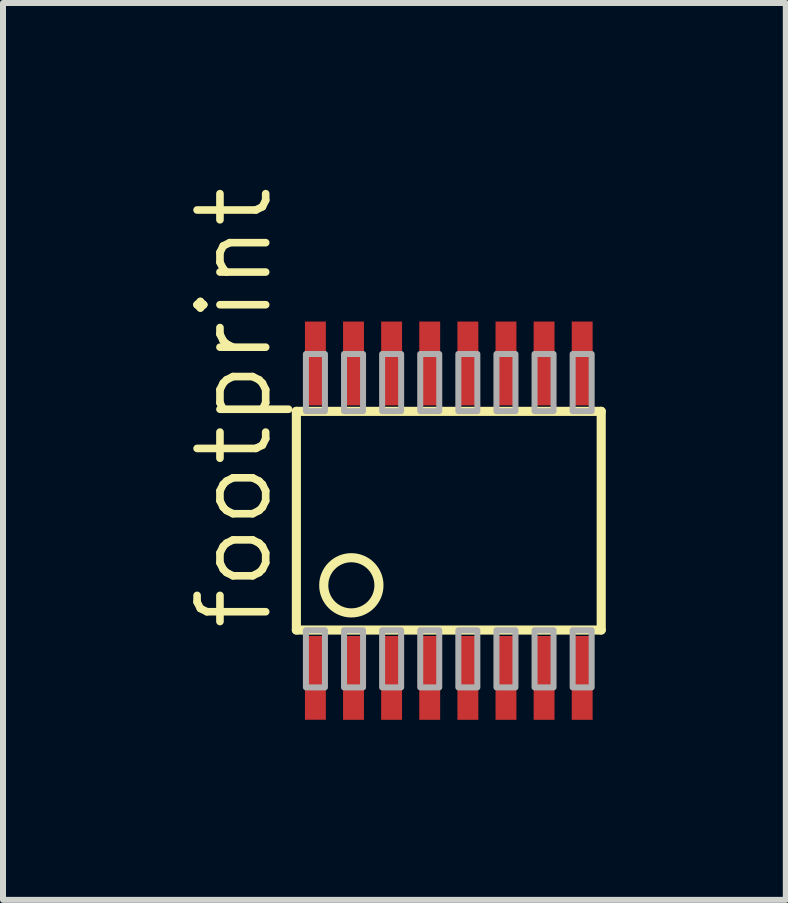
<source format=kicad_pcb>
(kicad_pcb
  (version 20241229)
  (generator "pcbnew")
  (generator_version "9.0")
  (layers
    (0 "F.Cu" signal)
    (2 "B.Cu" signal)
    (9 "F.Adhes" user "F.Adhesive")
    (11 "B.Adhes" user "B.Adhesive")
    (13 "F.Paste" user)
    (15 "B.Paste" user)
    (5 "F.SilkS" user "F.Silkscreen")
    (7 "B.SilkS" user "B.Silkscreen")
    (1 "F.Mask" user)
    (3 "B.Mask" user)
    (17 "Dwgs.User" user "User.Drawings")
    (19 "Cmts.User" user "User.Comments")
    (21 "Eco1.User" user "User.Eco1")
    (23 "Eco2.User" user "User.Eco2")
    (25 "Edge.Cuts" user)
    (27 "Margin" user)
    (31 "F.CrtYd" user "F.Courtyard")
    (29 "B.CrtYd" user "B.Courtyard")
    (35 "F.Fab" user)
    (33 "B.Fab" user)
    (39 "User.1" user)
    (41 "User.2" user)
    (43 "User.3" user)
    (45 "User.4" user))
  (footprint "footprint"
    (layer "F.Cu")
    (at 4.429 5.627)
    (property "Reference" "footprint" (at -2.905 1.873 90) (layer "F.SilkS") (effects (font (size 1.143 1.143) (thickness 0.127)) (justify left bottom)))
    (fp_line (start -2.54 -1.822) (end 2.54 -1.822) (stroke (width 0.152) (type solid)) (layer "F.SilkS"))
    (fp_line (start -2.54 1.822) (end -2.54 -1.822) (stroke (width 0.152) (type solid)) (layer "F.SilkS"))
    (fp_line (start 2.54 -1.822) (end 2.54 1.822) (stroke (width 0.152) (type solid)) (layer "F.SilkS"))
    (fp_line (start 2.54 1.822) (end -2.54 1.822) (stroke (width 0.152) (type solid)) (layer "F.SilkS"))
    (fp_circle (center -1.624 1.077) (end -1.164 1.077) (stroke (width 0.152) (type solid)) (fill no) (layer "F.SilkS"))
    (fp_poly (pts (xy -2.381 -1.826) (xy -2.064 -1.826) (xy -2.064 -2.778) (xy -2.381 -2.778)) (stroke (width 0.1) (type solid)) (fill no) (layer "F.Fab"))
    (fp_poly (pts (xy -2.381 2.778) (xy -2.064 2.778) (xy -2.064 1.826) (xy -2.381 1.826)) (stroke (width 0.1) (type solid)) (fill no) (layer "F.Fab"))
    (fp_poly (pts (xy -1.746 -1.826) (xy -1.429 -1.826) (xy -1.429 -2.778) (xy -1.746 -2.778)) (stroke (width 0.1) (type solid)) (fill no) (layer "F.Fab"))
    (fp_poly (pts (xy -1.746 2.778) (xy -1.429 2.778) (xy -1.429 1.826) (xy -1.746 1.826)) (stroke (width 0.1) (type solid)) (fill no) (layer "F.Fab"))
    (fp_poly (pts (xy -1.111 -1.826) (xy -0.794 -1.826) (xy -0.794 -2.778) (xy -1.111 -2.778)) (stroke (width 0.1) (type solid)) (fill no) (layer "F.Fab"))
    (fp_poly (pts (xy -1.111 2.778) (xy -0.794 2.778) (xy -0.794 1.826) (xy -1.111 1.826)) (stroke (width 0.1) (type solid)) (fill no) (layer "F.Fab"))
    (fp_poly (pts (xy -0.476 -1.826) (xy -0.159 -1.826) (xy -0.159 -2.778) (xy -0.476 -2.778)) (stroke (width 0.1) (type solid)) (fill no) (layer "F.Fab"))
    (fp_poly (pts (xy -0.476 2.778) (xy -0.159 2.778) (xy -0.159 1.826) (xy -0.476 1.826)) (stroke (width 0.1) (type solid)) (fill no) (layer "F.Fab"))
    (fp_poly (pts (xy 0.159 -1.826) (xy 0.476 -1.826) (xy 0.476 -2.778) (xy 0.159 -2.778)) (stroke (width 0.1) (type solid)) (fill no) (layer "F.Fab"))
    (fp_poly (pts (xy 0.159 2.778) (xy 0.476 2.778) (xy 0.476 1.826) (xy 0.159 1.826)) (stroke (width 0.1) (type solid)) (fill no) (layer "F.Fab"))
    (fp_poly (pts (xy 0.794 -1.826) (xy 1.111 -1.826) (xy 1.111 -2.778) (xy 0.794 -2.778)) (stroke (width 0.1) (type solid)) (fill no) (layer "F.Fab"))
    (fp_poly (pts (xy 0.794 2.778) (xy 1.111 2.778) (xy 1.111 1.826) (xy 0.794 1.826)) (stroke (width 0.1) (type solid)) (fill no) (layer "F.Fab"))
    (fp_poly (pts (xy 1.429 -1.826) (xy 1.746 -1.826) (xy 1.746 -2.778) (xy 1.429 -2.778)) (stroke (width 0.1) (type solid)) (fill no) (layer "F.Fab"))
    (fp_poly (pts (xy 1.429 2.778) (xy 1.746 2.778) (xy 1.746 1.826) (xy 1.429 1.826)) (stroke (width 0.1) (type solid)) (fill no) (layer "F.Fab"))
    (fp_poly (pts (xy 2.064 -1.826) (xy 2.381 -1.826) (xy 2.381 -2.778) (xy 2.064 -2.778)) (stroke (width 0.1) (type solid)) (fill no) (layer "F.Fab"))
    (fp_poly (pts (xy 2.064 2.778) (xy 2.381 2.778) (xy 2.381 1.826) (xy 2.064 1.826)) (stroke (width 0.1) (type solid)) (fill no) (layer "F.Fab"))
    (pad "1" smd rect (at -2.223 2.619) (size 0.348 1.397) (layers "F.Cu" "F.Mask" "F.Paste"))
    (pad "2" smd rect (at -1.588 2.62) (size 0.348 1.397) (layers "F.Cu" "F.Mask" "F.Paste"))
    (pad "3" smd rect (at -0.953 2.62) (size 0.348 1.397) (layers "F.Cu" "F.Mask" "F.Paste"))
    (pad "4" smd rect (at -0.318 2.62) (size 0.348 1.397) (layers "F.Cu" "F.Mask" "F.Paste"))
    (pad "5" smd rect (at 0.318 2.62) (size 0.348 1.397) (layers "F.Cu" "F.Mask" "F.Paste"))
    (pad "6" smd rect (at 0.953 2.62) (size 0.348 1.397) (layers "F.Cu" "F.Mask" "F.Paste"))
    (pad "7" smd rect (at 1.588 2.62) (size 0.348 1.397) (layers "F.Cu" "F.Mask" "F.Paste"))
    (pad "8" smd rect (at 2.223 2.62) (size 0.348 1.397) (layers "F.Cu" "F.Mask" "F.Paste"))
    (pad "9" smd rect (at 2.223 -2.62) (size 0.348 1.397) (layers "F.Cu" "F.Mask" "F.Paste"))
    (pad "10" smd rect (at 1.588 -2.62) (size 0.348 1.397) (layers "F.Cu" "F.Mask" "F.Paste"))
    (pad "11" smd rect (at 0.953 -2.62) (size 0.348 1.397) (layers "F.Cu" "F.Mask" "F.Paste"))
    (pad "12" smd rect (at 0.318 -2.62) (size 0.348 1.397) (layers "F.Cu" "F.Mask" "F.Paste"))
    (pad "13" smd rect (at -0.318 -2.62) (size 0.348 1.397) (layers "F.Cu" "F.Mask" "F.Paste"))
    (pad "14" smd rect (at -0.953 -2.62) (size 0.348 1.397) (layers "F.Cu" "F.Mask" "F.Paste"))
    (pad "15" smd rect (at -1.588 -2.62) (size 0.348 1.397) (layers "F.Cu" "F.Mask" "F.Paste"))
    (pad "16" smd rect (at -2.223 -2.62) (size 0.348 1.397) (layers "F.Cu" "F.Mask" "F.Paste")))
  (gr_rect
    (start -3 -3)
    (end 10.045 11.946)
    (stroke (width 0.1) (type default))
    (fill no)
    (layer "Edge.Cuts")))
</source>
